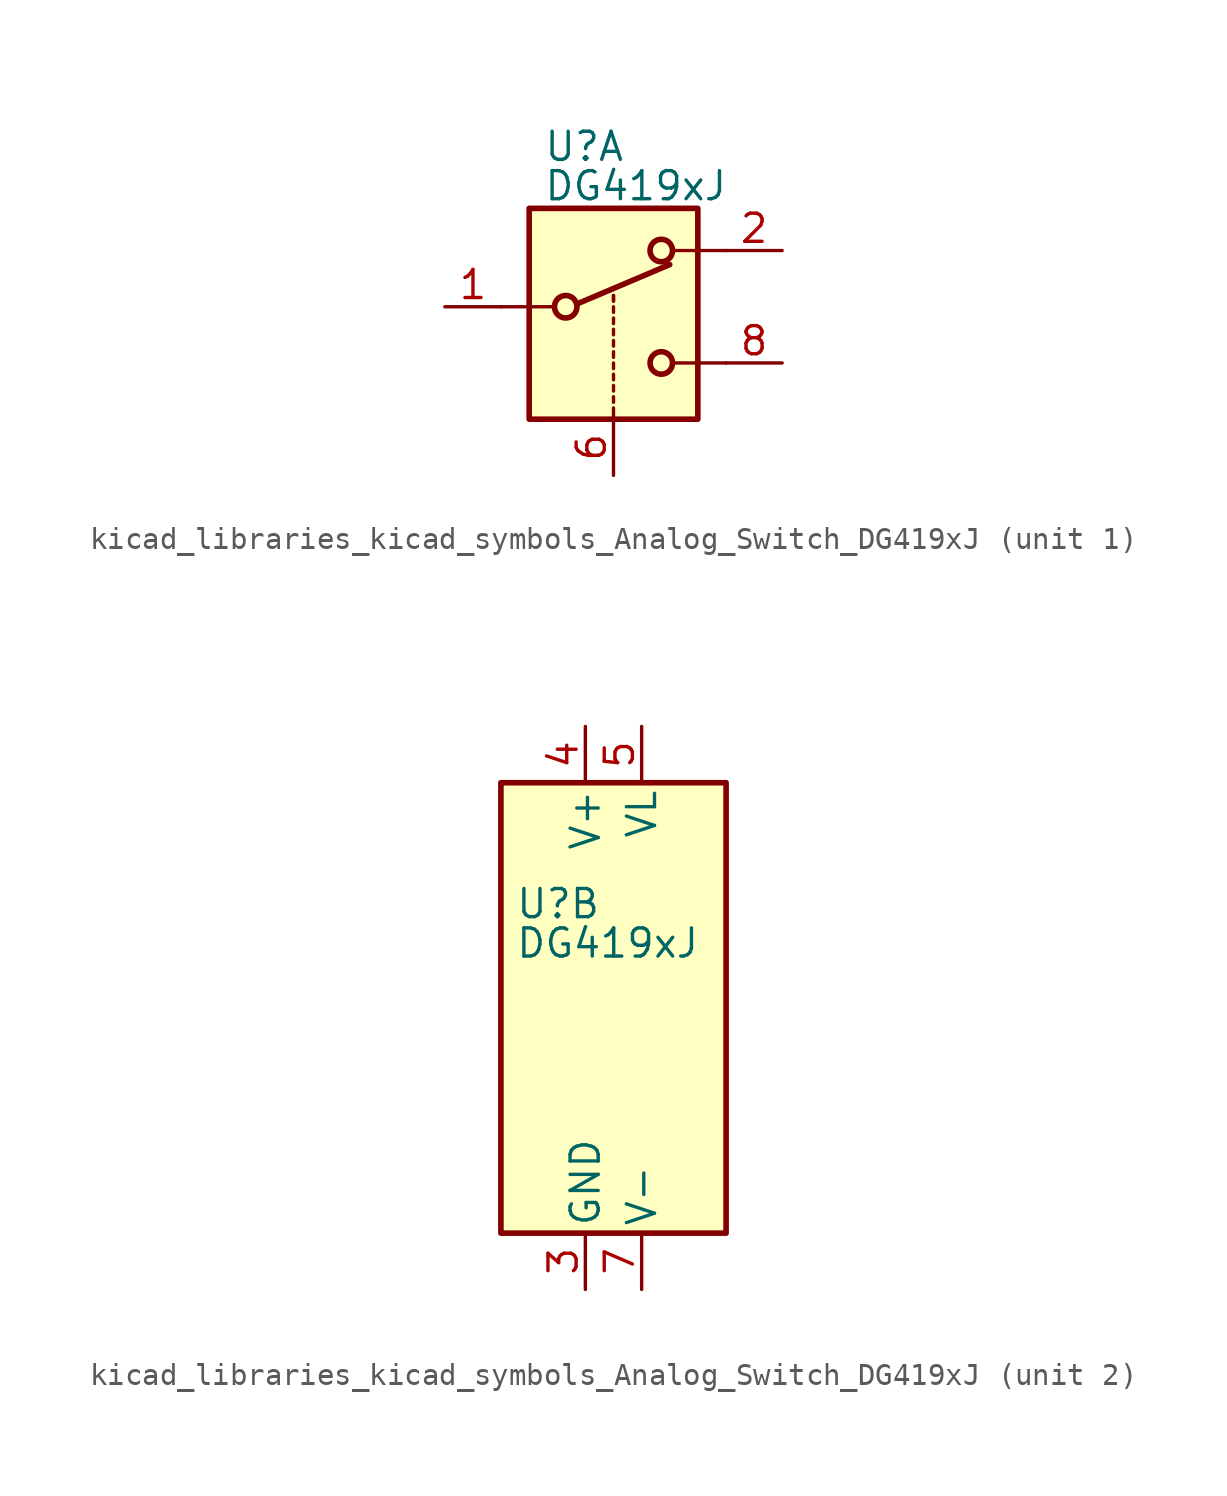
<source format=kicad_sym>
(kicad_symbol_lib
  (version 20220914)
  (generator kicad_symbol_editor)
  (symbol "kicad_libraries_kicad_symbols_Analog_Switch_DG419xJ"
    (pin_names
      (offset 0.254))
    (property "Reference" "U"
      (at -3.175 4.699 0)
      (effects (font (size 1.27 1.27)) (justify left)))
    (property "Value" "DG419xJ"
      (at -3.175 2.921 0)
      (effects (font (size 1.27 1.27)) (justify left)))
    (symbol "kicad_libraries_kicad_symbols_Analog_Switch_DG419xJ_1_1"
      (rectangle (start -3.81 1.905) (end 3.81 -7.62) (stroke (width 0.254) (type default)) (fill (type background)))
      (circle (center -2.159 -2.54) (radius 0.508) (stroke (width 0.254) (type default)) (fill (type none)))
      (polyline (pts (xy -5.08 -2.54) (xy -2.794 -2.54)) (stroke (width 0) (type default)) (fill (type none)))
      (polyline (pts (xy -1.651 -2.413) (xy 2.54 -0.635)) (stroke (width 0.254) (type default)) (fill (type none)))
      (polyline (pts (xy 0 -7.62) (xy 0 -7.112)) (stroke (width 0) (type default)) (fill (type none)))
      (polyline (pts (xy 0 -6.858) (xy 0 -6.604)) (stroke (width 0) (type default)) (fill (type none)))
      (polyline (pts (xy 0 -6.35) (xy 0 -6.096)) (stroke (width 0) (type default)) (fill (type none)))
      (polyline (pts (xy 0 -5.842) (xy 0 -5.588)) (stroke (width 0) (type default)) (fill (type none)))
      (polyline (pts (xy 0 -5.334) (xy 0 -5.08)) (stroke (width 0) (type default)) (fill (type none)))
      (polyline (pts (xy 0 -4.826) (xy 0 -4.572)) (stroke (width 0) (type default)) (fill (type none)))
      (polyline (pts (xy 0 -4.318) (xy 0 -4.064)) (stroke (width 0) (type default)) (fill (type none)))
      (polyline (pts (xy 0 -3.81) (xy 0 -3.556)) (stroke (width 0) (type default)) (fill (type none)))
      (polyline (pts (xy 0 -3.302) (xy 0 -3.048)) (stroke (width 0) (type default)) (fill (type none)))
      (polyline (pts (xy 0 -2.794) (xy 0 -2.54)) (stroke (width 0) (type default)) (fill (type none)))
      (polyline (pts (xy 0 -2.286) (xy 0 -2.032)) (stroke (width 0) (type default)) (fill (type none)))
      (polyline (pts (xy 0 -2.286) (xy 0 -2.032)) (stroke (width 0) (type default)) (fill (type none)))
      (polyline (pts (xy 5.08 -5.08) (xy 2.794 -5.08)) (stroke (width 0) (type default)) (fill (type none)))
      (polyline (pts (xy 5.08 0) (xy 2.794 0)) (stroke (width 0) (type default)) (fill (type none)))
      (circle (center 2.159 -5.08) (radius 0.508) (stroke (width 0.254) (type default)) (fill (type none)))
      (circle (center 2.159 0) (radius 0.508) (stroke (width 0.254) (type default)) (fill (type none)))
      (pin passive line (at -7.62 -2.54 0) (length 2.54) (name "~" (effects (font (size 1.27 1.27)))) (number "1" (effects (font (size 1.27 1.27)))))
      (pin passive line (at 7.62 0 180) (length 2.54) (name "~" (effects (font (size 1.27 1.27)))) (number "2" (effects (font (size 1.27 1.27)))))
      (pin input line (at 0 -10.16 90) (length 2.54) (name "~" (effects (font (size 1.27 1.27)))) (number "6" (effects (font (size 1.27 1.27)))))
      (pin passive line (at 7.62 -5.08 180) (length 2.54) (name "~" (effects (font (size 1.27 1.27)))) (number "8" (effects (font (size 1.27 1.27))))))
    (symbol "kicad_libraries_kicad_symbols_Analog_Switch_DG419xJ_2_0"
      (pin power_in line (at 0 -12.7 90) (length 2.54) (name "GND" (effects (font (size 1.27 1.27)))) (number "3" (effects (font (size 1.27 1.27)))))
      (pin power_in line (at 0 12.7 270) (length 2.54) (name "V+" (effects (font (size 1.27 1.27)))) (number "4" (effects (font (size 1.27 1.27)))))
      (pin power_in line (at 2.54 12.7 270) (length 2.54) (name "VL" (effects (font (size 1.27 1.27)))) (number "5" (effects (font (size 1.27 1.27)))))
      (pin power_in line (at 2.54 -12.7 90) (length 2.54) (name "V-" (effects (font (size 1.27 1.27)))) (number "7" (effects (font (size 1.27 1.27))))))
    (symbol "kicad_libraries_kicad_symbols_Analog_Switch_DG419xJ_2_1"
      (rectangle (start -3.81 10.16) (end 6.35 -10.16) (stroke (width 0.254) (type default)) (fill (type background))))))
</source>
